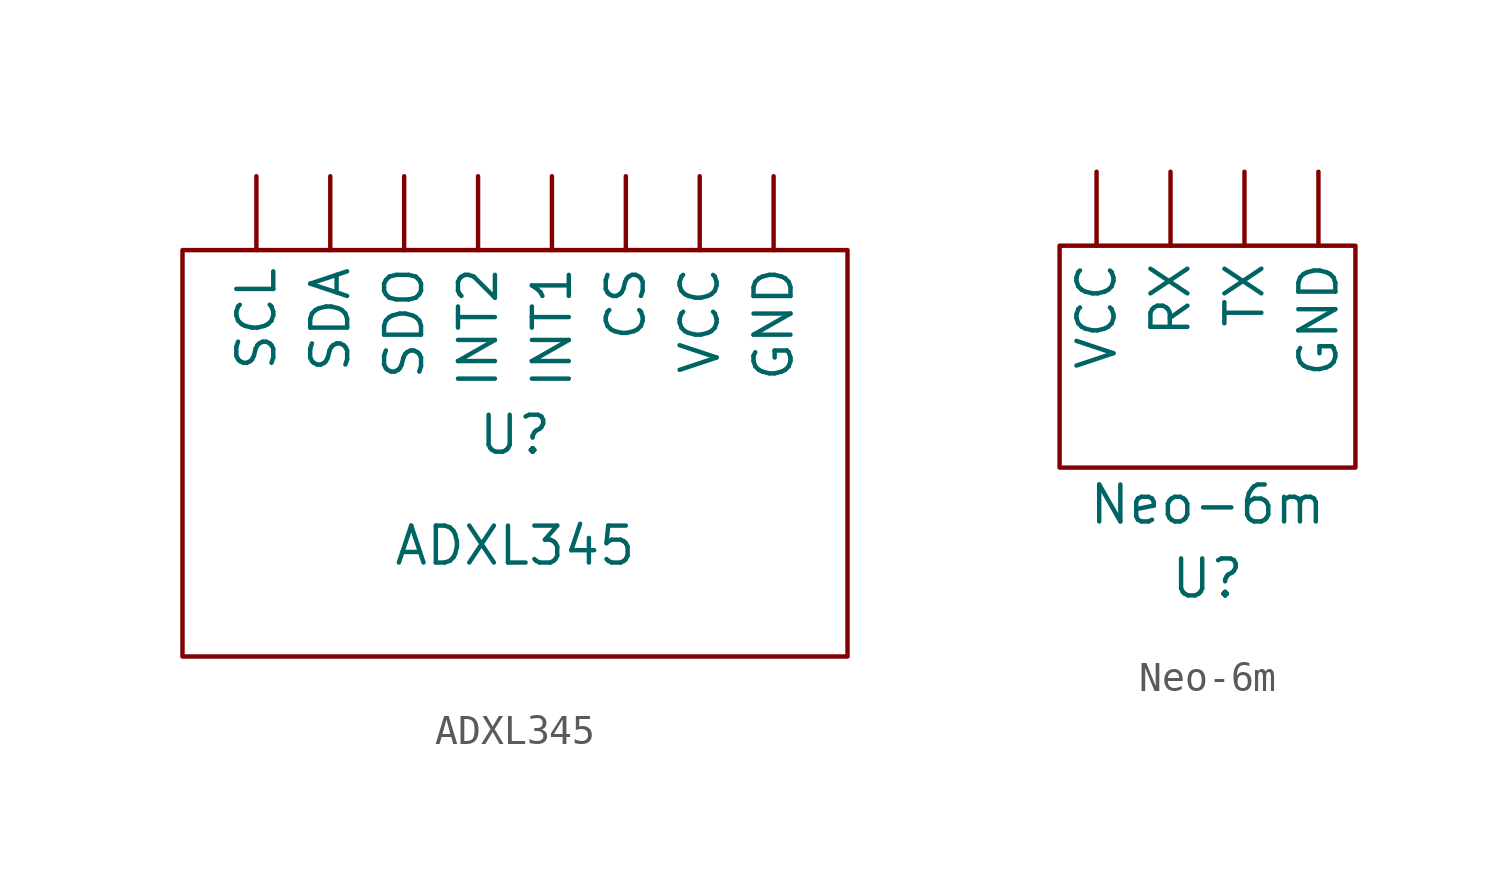
<source format=kicad_sym>
(kicad_symbol_lib
  (version 20211014)
  (generator kicad_symbol_editor)
  (symbol "ADXL345"
    (property "Reference" "U"
      (at 0 0 0)
      (effects (font (size 1.27 1.27))))
    (property "Value" "ADXL345"
      (at 0 -3.81 0)
      (effects (font (size 1.27 1.27))))
    (symbol "ADXL345_0_1"
      (rectangle (start -11.43 6.35) (end 11.43 -7.62) (stroke (width 0) (type default) (color 0 0 0 0)) (fill (type none))))
    (symbol "ADXL345_1_1"
      (pin input line (at 3.81 8.89 270) (length 2.54) (name "CS" (effects (font (size 1.27 1.27)))) (number "" (effects (font (size 1.27 1.27)))))
      (pin power_in line (at 8.89 8.89 270) (length 2.54) (name "GND" (effects (font (size 1.27 1.27)))) (number "" (effects (font (size 1.27 1.27)))))
      (pin output line (at 1.27 8.89 270) (length 2.54) (name "INT1" (effects (font (size 1.27 1.27)))) (number "" (effects (font (size 1.27 1.27)))))
      (pin output line (at -1.27 8.89 270) (length 2.54) (name "INT2" (effects (font (size 1.27 1.27)))) (number "" (effects (font (size 1.27 1.27)))))
      (pin input line (at -8.89 8.89 270) (length 2.54) (name "SCL" (effects (font (size 1.27 1.27)))) (number "" (effects (font (size 1.27 1.27)))))
      (pin bidirectional line (at -6.35 8.89 270) (length 2.54) (name "SDA" (effects (font (size 1.27 1.27)))) (number "" (effects (font (size 1.27 1.27)))))
      (pin output line (at -3.81 8.89 270) (length 2.54) (name "SDO" (effects (font (size 1.27 1.27)))) (number "" (effects (font (size 1.27 1.27)))))
      (pin power_in line (at 6.35 8.89 270) (length 2.54) (name "VCC" (effects (font (size 1.27 1.27)))) (number "" (effects (font (size 1.27 1.27)))))))
  (symbol "Neo-6m"
    (property "Reference" "U"
      (at 0 -8.89 0)
      (effects (font (size 1.27 1.27))))
    (property "Value" "Neo-6m"
      (at 0 -6.35 0)
      (effects (font (size 1.27 1.27))))
    (symbol "Neo-6m_0_1"
      (rectangle (start -5.08 -5.08) (end 5.08 2.54) (stroke (width 0) (type default) (color 0 0 0 0)) (fill (type none))))
    (symbol "Neo-6m_1_1"
      (pin power_in line (at 3.81 5.08 270) (length 2.54) (name "GND" (effects (font (size 1.27 1.27)))) (number "" (effects (font (size 1.27 1.27)))))
      (pin power_in line (at -1.27 5.08 270) (length 2.54) (name "RX" (effects (font (size 1.27 1.27)))) (number "" (effects (font (size 1.27 1.27)))))
      (pin power_in line (at 1.27 5.08 270) (length 2.54) (name "TX" (effects (font (size 1.27 1.27)))) (number "" (effects (font (size 1.27 1.27)))))
      (pin power_in line (at -3.81 5.08 270) (length 2.54) (name "VCC" (effects (font (size 1.27 1.27)))) (number "" (effects (font (size 1.27 1.27))))))))
</source>
